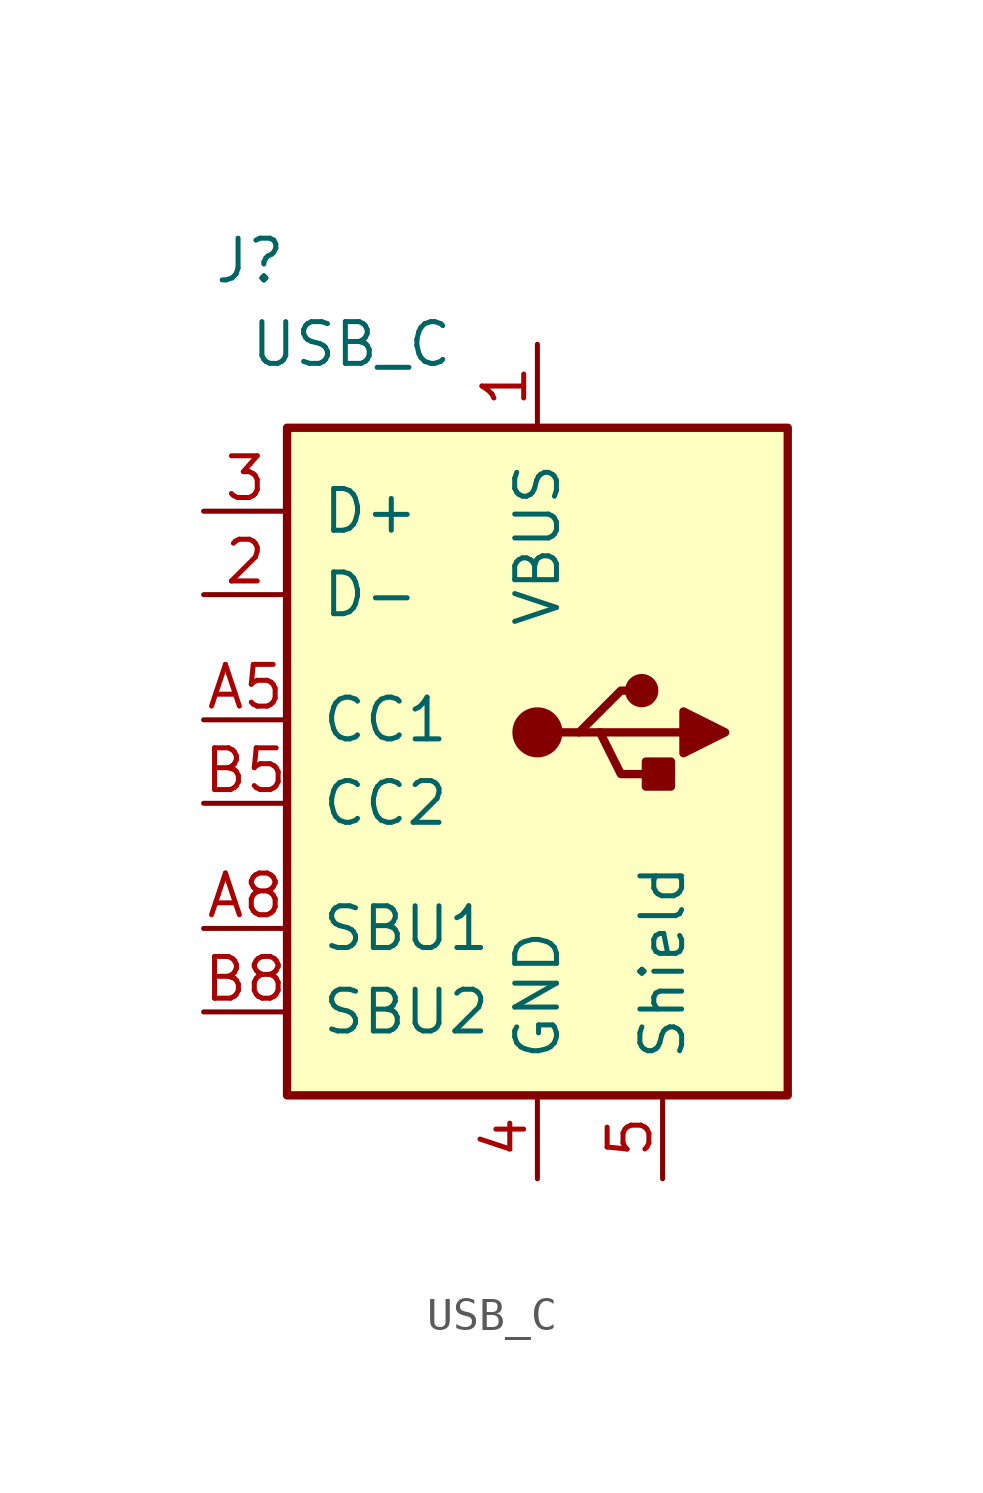
<source format=kicad_sym>
(kicad_symbol_lib
  (version 20211014)
  (generator kicad_symbol_editor)
  (symbol "USB_C"
    (pin_names
      (offset 1.016))
    (property "Reference" "J"
      (at -7.62 15.24 0)
      (effects (font (size 1.27 1.27)) (justify right)))
    (property "Value" "USB_C"
      (at -2.54 12.7 0)
      (effects (font (size 1.27 1.27)) (justify right)))
    (symbol "USB_C_0_1"
      (rectangle (start -7.62 10.16) (end 7.62 -10.16) (stroke (width 0.254) (type default) (color 0 0 0 0)) (fill (type background)))
      (polyline (pts (xy 0.635 0.889) (xy 1.27 0.889) (xy 2.54 2.159) (xy 3.175 2.159)) (stroke (width 0.254) (type default) (color 0 0 0 0)) (fill (type none)))
      (polyline (pts (xy 1.27 0.889) (xy 1.905 0.889) (xy 2.54 -0.381) (xy 3.81 -0.381)) (stroke (width 0.254) (type default) (color 0 0 0 0)) (fill (type none)))
      (polyline (pts (xy 4.445 1.524) (xy 4.445 0.254) (xy 5.715 0.889) (xy 4.445 1.524)) (stroke (width 0.254) (type default) (color 0 0 0 0)) (fill (type outline)))
      (circle (center 0 0.889) (radius 0.635) (stroke (width 0.254) (type default) (color 0 0 0 0)) (fill (type outline)))
      (circle (center 3.175 2.159) (radius 0.381) (stroke (width 0.254) (type default) (color 0 0 0 0)) (fill (type outline)))
      (rectangle (start 4.064 0) (end 3.302 -0.762) (stroke (width 0.254) (type default) (color 0 0 0 0)) (fill (type outline))))
    (symbol "USB_C_1_1"
      (polyline (pts (xy 1.905 0.889) (xy 4.445 0.889)) (stroke (width 0.254) (type default) (color 0 0 0 0)) (fill (type none)))
      (pin power_in line (at 0 12.7 270) (length 2.54) (name "VBUS" (effects (font (size 1.27 1.27)))) (number "1" (effects (font (size 1.27 1.27)))))
      (pin bidirectional line (at -10.16 5.08 0) (length 2.54) (name "D-" (effects (font (size 1.27 1.27)))) (number "2" (effects (font (size 1.27 1.27)))))
      (pin bidirectional line (at -10.16 7.62 0) (length 2.54) (name "D+" (effects (font (size 1.27 1.27)))) (number "3" (effects (font (size 1.27 1.27)))))
      (pin power_in line (at 0 -12.7 90) (length 2.54) (name "GND" (effects (font (size 1.27 1.27)))) (number "4" (effects (font (size 1.27 1.27)))))
      (pin passive line (at 3.81 -12.7 90) (length 2.54) (name "Shield" (effects (font (size 1.27 1.27)))) (number "5" (effects (font (size 1.27 1.27)))))
      (pin bidirectional line (at -10.16 1.27 0) (length 2.54) (name "CC1" (effects (font (size 1.27 1.27)))) (number "A5" (effects (font (size 1.27 1.27)))))
      (pin bidirectional line (at -10.16 -5.08 0) (length 2.54) (name "SBU1" (effects (font (size 1.27 1.27)))) (number "A8" (effects (font (size 1.27 1.27)))))
      (pin bidirectional line (at -10.16 -1.27 0) (length 2.54) (name "CC2" (effects (font (size 1.27 1.27)))) (number "B5" (effects (font (size 1.27 1.27)))))
      (pin bidirectional line (at -10.16 -7.62 0) (length 2.54) (name "SBU2" (effects (font (size 1.27 1.27)))) (number "B8" (effects (font (size 1.27 1.27))))))))
</source>
